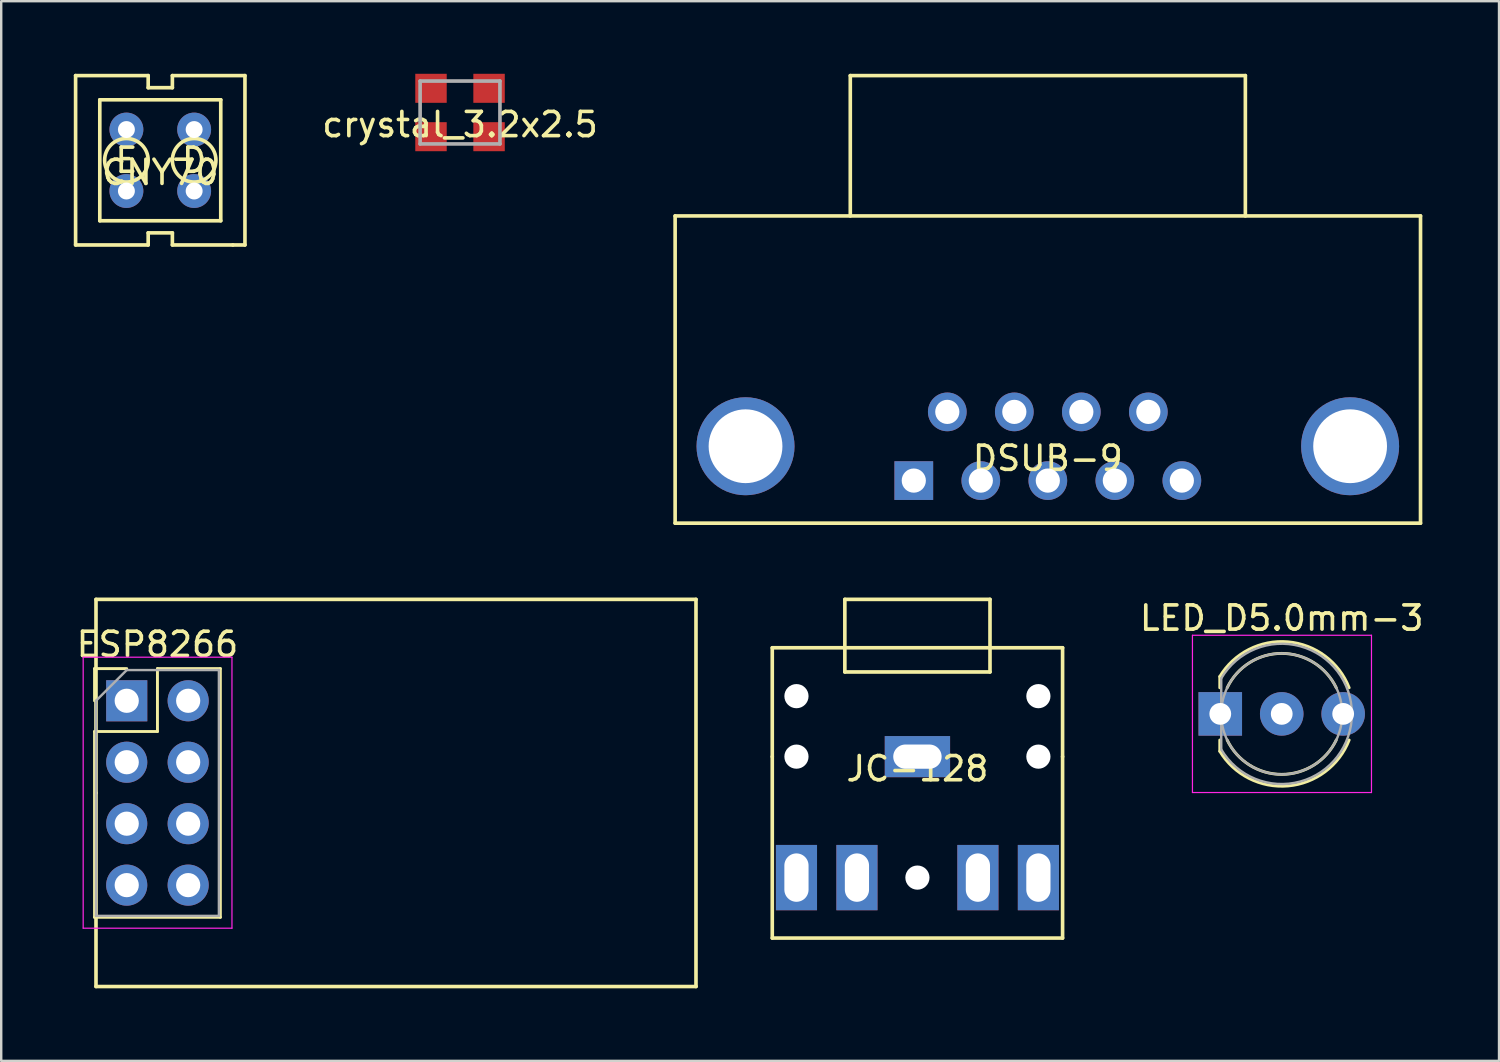
<source format=kicad_pcb>
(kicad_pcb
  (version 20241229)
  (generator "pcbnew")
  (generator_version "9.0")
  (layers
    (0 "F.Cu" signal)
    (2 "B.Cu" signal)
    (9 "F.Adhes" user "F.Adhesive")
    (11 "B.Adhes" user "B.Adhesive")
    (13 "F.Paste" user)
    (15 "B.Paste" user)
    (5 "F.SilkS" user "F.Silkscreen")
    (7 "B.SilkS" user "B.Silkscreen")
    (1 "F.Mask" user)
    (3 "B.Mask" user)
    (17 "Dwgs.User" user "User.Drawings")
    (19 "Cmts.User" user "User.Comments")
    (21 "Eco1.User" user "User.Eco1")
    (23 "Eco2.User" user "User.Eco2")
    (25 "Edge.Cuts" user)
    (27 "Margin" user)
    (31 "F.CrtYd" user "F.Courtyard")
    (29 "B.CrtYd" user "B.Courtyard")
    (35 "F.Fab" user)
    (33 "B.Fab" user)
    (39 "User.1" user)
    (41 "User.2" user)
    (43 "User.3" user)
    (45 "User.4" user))
  (footprint "JC-128"
    (layer "F.Cu")
    (at 34.871 28.225)
    (property "Reference" "JC-128" (at 0 0.5 0) (layer "F.SilkS") (effects (font (size 1 1) (thickness 0.15))))
    (attr through_hole)
    (fp_line (start -6 -4.5) (end 6 -4.5) (stroke (width 0.15) (type solid)) (layer "F.SilkS"))
    (fp_line (start -6 0) (end -6 -4.5) (stroke (width 0.15) (type solid)) (layer "F.SilkS"))
    (fp_line (start -6 0) (end -6 7.5) (stroke (width 0.15) (type solid)) (layer "F.SilkS"))
    (fp_line (start -6 7.5) (end 6 7.5) (stroke (width 0.15) (type solid)) (layer "F.SilkS"))
    (fp_line (start -3 -6.5) (end 3 -6.5) (stroke (width 0.15) (type solid)) (layer "F.SilkS"))
    (fp_line (start -3 -3.5) (end -3 -6.5) (stroke (width 0.15) (type solid)) (layer "F.SilkS"))
    (fp_line (start 3 -6.5) (end 3 -3.5) (stroke (width 0.15) (type solid)) (layer "F.SilkS"))
    (fp_line (start 3 -3.5) (end -3 -3.5) (stroke (width 0.15) (type solid)) (layer "F.SilkS"))
    (fp_line (start 6 -4.5) (end 6 0) (stroke (width 0.15) (type solid)) (layer "F.SilkS"))
    (fp_line (start 6 7.5) (end 6 0) (stroke (width 0.15) (type solid)) (layer "F.SilkS"))
    (pad "" np_thru_hole circle (at -5 -2.5) (size 1 1) (drill 1) (layers "*.Cu" "*.Mask"))
    (pad "" np_thru_hole circle (at -5 0) (size 1 1) (drill 1) (layers "*.Cu" "*.Mask"))
    (pad "" np_thru_hole circle (at 0 5) (size 1 1) (drill 1) (layers "*.Cu" "*.Mask"))
    (pad "" np_thru_hole circle (at 5 -2.5) (size 1 1) (drill 1) (layers "*.Cu" "*.Mask"))
    (pad "" np_thru_hole circle (at 5 0) (size 1 1) (drill 1) (layers "*.Cu" "*.Mask"))
    (pad "1" thru_hole rect (at 0 0) (size 2.7 1.7) (drill oval 2 1) (layers "*.Cu" "*.Mask"))
    (pad "2" thru_hole rect (at -5 5) (size 1.7 2.7) (drill oval 1 2) (layers "*.Cu" "*.Mask"))
    (pad "3" thru_hole rect (at -2.5 5) (size 1.7 2.7) (drill oval 1 2) (layers "*.Cu" "*.Mask"))
    (pad "4" thru_hole rect (at 2.5 5) (size 1.7 2.7) (drill oval 1 2) (layers "*.Cu" "*.Mask"))
    (pad "5" thru_hole rect (at 5 5) (size 1.7 2.7) (drill oval 1 2) (layers "*.Cu" "*.Mask")))
  (footprint "ESP8266"
    (layer "F.Cu")
    (at 3.458 29.726)
    (property "Reference" "ESP8266" (at 0 -6.14 0) (layer "F.SilkS") (effects (font (size 1 1) (thickness 0.15))))
    (attr through_hole)
    (fp_line (start -2.6 -5.14) (end -1.27 -5.14) (stroke (width 0.12) (type solid)) (layer "F.SilkS"))
    (fp_line (start -2.6 -3.81) (end -2.6 -5.14) (stroke (width 0.12) (type solid)) (layer "F.SilkS"))
    (fp_line (start -2.6 -2.54) (end -2.6 5.14) (stroke (width 0.12) (type solid)) (layer "F.SilkS"))
    (fp_line (start -2.6 -2.54) (end 0 -2.54) (stroke (width 0.12) (type solid)) (layer "F.SilkS"))
    (fp_line (start -2.6 5.14) (end 2.6 5.14) (stroke (width 0.12) (type solid)) (layer "F.SilkS"))
    (fp_line (start -2.54 0) (end -2.54 -8) (stroke (width 0.15) (type solid)) (layer "F.SilkS"))
    (fp_line (start -2.54 0) (end -2.54 8) (stroke (width 0.15) (type solid)) (layer "F.SilkS"))
    (fp_line (start 0 -5.14) (end 2.6 -5.14) (stroke (width 0.12) (type solid)) (layer "F.SilkS"))
    (fp_line (start 0 -2.54) (end 0 -5.14) (stroke (width 0.12) (type solid)) (layer "F.SilkS"))
    (fp_line (start 2.6 -5.14) (end 2.6 5.14) (stroke (width 0.12) (type solid)) (layer "F.SilkS"))
    (fp_line (start 22.26 -8) (end 22.26 8) (stroke (width 0.15) (type solid)) (layer "F.SilkS"))
    (fp_line (start 22.263 -8.001) (end -2.54 -8.001) (stroke (width 0.15) (type solid)) (layer "F.SilkS"))
    (fp_line (start 22.263 8.001) (end -2.54 8.001) (stroke (width 0.15) (type solid)) (layer "F.SilkS"))
    (fp_line (start -3.07 -5.61) (end -3.07 5.59) (stroke (width 0.05) (type solid)) (layer "F.CrtYd"))
    (fp_line (start -3.07 5.59) (end 3.08 5.59) (stroke (width 0.05) (type solid)) (layer "F.CrtYd"))
    (fp_line (start 3.08 -5.61) (end -3.07 -5.61) (stroke (width 0.05) (type solid)) (layer "F.CrtYd"))
    (fp_line (start 3.08 5.59) (end 3.08 -5.61) (stroke (width 0.05) (type solid)) (layer "F.CrtYd"))
    (fp_line (start -2.54 -3.81) (end -1.27 -5.08) (stroke (width 0.1) (type solid)) (layer "F.Fab"))
    (fp_line (start -2.54 5.08) (end -2.54 -3.81) (stroke (width 0.1) (type solid)) (layer "F.Fab"))
    (fp_line (start -1.27 -5.08) (end 2.54 -5.08) (stroke (width 0.1) (type solid)) (layer "F.Fab"))
    (fp_line (start 2.54 -5.08) (end 2.54 5.08) (stroke (width 0.1) (type solid)) (layer "F.Fab"))
    (fp_line (start 2.54 5.08) (end -2.54 5.08) (stroke (width 0.1) (type solid)) (layer "F.Fab"))
    (pad "1" thru_hole rect (at -1.27 -3.81) (size 1.7 1.7) (drill 1) (layers "*.Cu" "*.Mask"))
    (pad "2" thru_hole oval (at -1.27 -1.27) (size 1.7 1.7) (drill 1) (layers "*.Cu" "*.Mask"))
    (pad "3" thru_hole oval (at -1.27 1.27) (size 1.7 1.7) (drill 1) (layers "*.Cu" "*.Mask"))
    (pad "4" thru_hole oval (at -1.27 3.81) (size 1.7 1.7) (drill 1) (layers "*.Cu" "*.Mask"))
    (pad "5" thru_hole oval (at 1.27 3.81) (size 1.7 1.7) (drill 1) (layers "*.Cu" "*.Mask"))
    (pad "6" thru_hole oval (at 1.27 1.27) (size 1.7 1.7) (drill 1) (layers "*.Cu" "*.Mask"))
    (pad "7" thru_hole oval (at 1.27 -1.27) (size 1.7 1.7) (drill 1) (layers "*.Cu" "*.Mask"))
    (pad "8" thru_hole oval (at 1.27 -3.81) (size 1.7 1.7) (drill 1) (layers "*.Cu" "*.Mask")))
  (footprint "DSUB-9"
    (layer "F.Cu")
    (at 40.261 5.875)
    (property "Reference" "DSUB-9" (at 0 10.02 0) (layer "F.SilkS") (effects (font (size 1 1) (thickness 0.15))))
    (attr through_hole)
    (fp_line (start -15.405 0) (end 15.405 0) (stroke (width 0.15) (type solid)) (layer "F.SilkS"))
    (fp_line (start -15.405 12.7) (end -15.405 0) (stroke (width 0.15) (type solid)) (layer "F.SilkS"))
    (fp_line (start -8.165 -5.8) (end 8.165 -5.8) (stroke (width 0.15) (type solid)) (layer "F.SilkS"))
    (fp_line (start -8.165 0) (end -8.165 -5.8) (stroke (width 0.15) (type solid)) (layer "F.SilkS"))
    (fp_line (start 8.165 -5.8) (end 8.165 0) (stroke (width 0.15) (type solid)) (layer "F.SilkS"))
    (fp_line (start 15.405 0) (end 15.405 12.7) (stroke (width 0.15) (type solid)) (layer "F.SilkS"))
    (fp_line (start 15.405 12.7) (end -15.405 12.7) (stroke (width 0.15) (type solid)) (layer "F.SilkS"))
    (pad "0" thru_hole circle (at -12.495 9.52) (size 4.05 4.05) (drill 3.05) (layers "*.Cu" "*.Mask"))
    (pad "0" thru_hole circle (at 12.495 9.52) (size 4.05 4.05) (drill 3.05) (layers "*.Cu" "*.Mask"))
    (pad "1" thru_hole rect (at -5.54 10.94) (size 1.6 1.6) (drill 1) (layers "*.Cu" "*.Mask"))
    (pad "2" thru_hole circle (at -2.77 10.94) (size 1.6 1.6) (drill 1) (layers "*.Cu" "*.Mask"))
    (pad "3" thru_hole circle (at 0 10.94) (size 1.6 1.6) (drill 1) (layers "*.Cu" "*.Mask"))
    (pad "4" thru_hole circle (at 2.77 10.94) (size 1.6 1.6) (drill 1) (layers "*.Cu" "*.Mask"))
    (pad "5" thru_hole circle (at 5.54 10.94) (size 1.6 1.6) (drill 1) (layers "*.Cu" "*.Mask"))
    (pad "6" thru_hole circle (at -4.155 8.1) (size 1.6 1.6) (drill 1) (layers "*.Cu" "*.Mask"))
    (pad "7" thru_hole circle (at -1.385 8.1) (size 1.6 1.6) (drill 1) (layers "*.Cu" "*.Mask"))
    (pad "8" thru_hole circle (at 1.385 8.1) (size 1.6 1.6) (drill 1) (layers "*.Cu" "*.Mask"))
    (pad "9" thru_hole circle (at 4.155 8.1) (size 1.6 1.6) (drill 1) (layers "*.Cu" "*.Mask")))
  (footprint "CNY70"
    (layer "F.Cu")
    (at 3.575 3.575)
    (property "Reference" "CNY70" (at 0 0.5 0) (layer "F.SilkS") (effects (font (size 1 1) (thickness 0.15))))
    (attr through_hole)
    (fp_line (start -3.5 -3.5) (end -0.5 -3.5) (stroke (width 0.15) (type solid)) (layer "F.SilkS"))
    (fp_line (start -3.5 3.5) (end -3.5 -3.5) (stroke (width 0.15) (type solid)) (layer "F.SilkS"))
    (fp_line (start -3.5 3.5) (end -0.5 3.5) (stroke (width 0.15) (type solid)) (layer "F.SilkS"))
    (fp_line (start -2.5 -2.5) (end 2.5 -2.5) (stroke (width 0.15) (type solid)) (layer "F.SilkS"))
    (fp_line (start -2.5 2.5) (end -2.5 -2.5) (stroke (width 0.15) (type solid)) (layer "F.SilkS"))
    (fp_line (start -0.5 -3.5) (end -0.5 -3) (stroke (width 0.15) (type solid)) (layer "F.SilkS"))
    (fp_line (start -0.5 -3) (end 0.5 -3) (stroke (width 0.15) (type solid)) (layer "F.SilkS"))
    (fp_line (start -0.5 3) (end 0.5 3) (stroke (width 0.15) (type solid)) (layer "F.SilkS"))
    (fp_line (start -0.5 3.5) (end -0.5 3) (stroke (width 0.15) (type solid)) (layer "F.SilkS"))
    (fp_line (start 0.5 -3.5) (end 3.5 -3.5) (stroke (width 0.15) (type solid)) (layer "F.SilkS"))
    (fp_line (start 0.5 -3) (end 0.5 -3.5) (stroke (width 0.15) (type solid)) (layer "F.SilkS"))
    (fp_line (start 0.5 3) (end 0.5 3.5) (stroke (width 0.15) (type solid)) (layer "F.SilkS"))
    (fp_line (start 0.5 3.5) (end 3 3.5) (stroke (width 0.15) (type solid)) (layer "F.SilkS"))
    (fp_line (start 2.5 -2.5) (end 2.5 2.5) (stroke (width 0.15) (type solid)) (layer "F.SilkS"))
    (fp_line (start 2.5 2.5) (end -2.5 2.5) (stroke (width 0.15) (type solid)) (layer "F.SilkS"))
    (fp_line (start 3 3.5) (end 3.5 3.5) (stroke (width 0.15) (type solid)) (layer "F.SilkS"))
    (fp_line (start 3.5 -3.5) (end 3.5 3.5) (stroke (width 0.15) (type solid)) (layer "F.SilkS"))
    (fp_circle (center -1.4 0) (end -1.4 -0.9) (stroke (width 0.15) (type solid)) (fill no) (layer "F.SilkS"))
    (fp_circle (center 1.4 0) (end 1.4 -0.9) (stroke (width 0.15) (type solid)) (fill no) (layer "F.SilkS"))
    (fp_text user "D" (at 1.4 0 0) (layer "F.SilkS") (effects (font (size 1 1) (thickness 0.15))))
    (fp_text user "E" (at -1.4 0 0) (layer "F.SilkS") (effects (font (size 1 1) (thickness 0.15))))
    (pad "A" thru_hole circle (at 1.4 1.27) (size 1.4 1.4) (drill 0.7) (layers "*.Cu" "*.Mask"))
    (pad "C" thru_hole circle (at -1.4 -1.27) (size 1.4 1.4) (drill 0.7) (layers "*.Cu" "*.Mask"))
    (pad "E" thru_hole circle (at -1.4 1.27) (size 1.4 1.4) (drill 0.7) (layers "*.Cu" "*.Mask"))
    (pad "K" thru_hole circle (at 1.4 -1.27) (size 1.4 1.4) (drill 0.7) (layers "*.Cu" "*.Mask")))
  (footprint "crystal_3.2x2.5"
    (layer "F.Cu")
    (at 15.965 1.6)
    (property "Reference" "crystal_3.2x2.5" (at 0 0.5 0) (layer "F.SilkS") (effects (font (size 1 1) (thickness 0.15))))
    (attr through_hole)
    (fp_line (start -1.65 -1.3) (end 1.65 -1.3) (stroke (width 0.15) (type solid)) (layer "F.Fab"))
    (fp_line (start -1.65 1.3) (end -1.65 -1.3) (stroke (width 0.15) (type solid)) (layer "F.Fab"))
    (fp_line (start 1.65 -1.3) (end 1.65 1.3) (stroke (width 0.15) (type solid)) (layer "F.Fab"))
    (fp_line (start 1.65 1.3) (end -1.65 1.3) (stroke (width 0.15) (type solid)) (layer "F.Fab"))
    (pad "1" smd rect (at -1.2 1) (size 1.3 1.2) (layers "F.Cu" "F.Mask" "F.Paste"))
    (pad "2" smd rect (at 1.2 1) (size 1.3 1.2) (layers "F.Cu" "F.Mask" "F.Paste"))
    (pad "3" smd rect (at 1.2 -1) (size 1.3 1.2) (layers "F.Cu" "F.Mask" "F.Paste"))
    (pad "4" smd rect (at -1.2 -1) (size 1.3 1.2) (layers "F.Cu" "F.Mask" "F.Paste")))
  (footprint "LED_D5.0mm-3"
    (layer "F.Cu")
    (at 47.389 26.458)
    (property "Reference" "LED_D5.0mm-3" (at 2.54 -3.96 0) (layer "F.SilkS") (effects (font (size 1 1) (thickness 0.15))))
    (attr through_hole)
    (fp_line (start -0.02 -1.545) (end -0.02 -1.08) (stroke (width 0.12) (type solid)) (layer "F.SilkS"))
    (fp_line (start -0.02 1.08) (end -0.02 1.545) (stroke (width 0.12) (type solid)) (layer "F.SilkS"))
    (fp_arc (start -0.02 -1.54483) (mid 2.798456 -2.978809) (end 5.327815 -1.080827) (stroke (width 0.12) (type solid)) (layer "F.SilkS"))
    (fp_arc (start 0.285316 -1.08) (mid 2.539762 -2.5) (end 4.794479 -1.080429) (stroke (width 0.12) (type solid)) (layer "F.SilkS"))
    (fp_arc (start 4.794479 1.080429) (mid 2.539762 2.5) (end 0.285316 1.08) (stroke (width 0.12) (type solid)) (layer "F.SilkS"))
    (fp_arc (start 5.327815 1.080827) (mid 2.798456 2.978808) (end -0.02 1.54483) (stroke (width 0.12) (type solid)) (layer "F.SilkS"))
    (fp_line (start -1.15 -3.25) (end -1.15 3.25) (stroke (width 0.05) (type solid)) (layer "F.CrtYd"))
    (fp_line (start -1.15 3.25) (end 6.25 3.25) (stroke (width 0.05) (type solid)) (layer "F.CrtYd"))
    (fp_line (start 6.25 -3.25) (end -1.15 -3.25) (stroke (width 0.05) (type solid)) (layer "F.CrtYd"))
    (fp_line (start 6.25 3.25) (end 6.25 -3.25) (stroke (width 0.05) (type solid)) (layer "F.CrtYd"))
    (fp_line (start 0.04 -1.47) (end 0.04 1.47) (stroke (width 0.1) (type solid)) (layer "F.Fab"))
    (fp_arc (start 0.04 -1.469694) (mid 5.44 0.000016) (end 0.039984 1.469666) (stroke (width 0.1) (type solid)) (layer "F.Fab"))
    (fp_circle (center 2.54 0) (end 5.04 0) (stroke (width 0.1) (type solid)) (fill no) (layer "F.Fab"))
    (pad "1" thru_hole rect (at 0 0) (size 1.8 1.8) (drill 0.9) (layers "*.Cu" "*.Mask"))
    (pad "2" thru_hole circle (at 5.08 0) (size 1.8 1.8) (drill 0.9) (layers "*.Cu" "*.Mask"))
    (pad "3" thru_hole circle (at 2.54 0) (size 1.8 1.8) (drill 0.9) (layers "*.Cu" "*.Mask")))
  (gr_rect
    (start -3 -3)
    (end 58.911 40.802)
    (stroke (width 0.1) (type default))
    (fill no)
    (layer "Edge.Cuts")))
</source>
